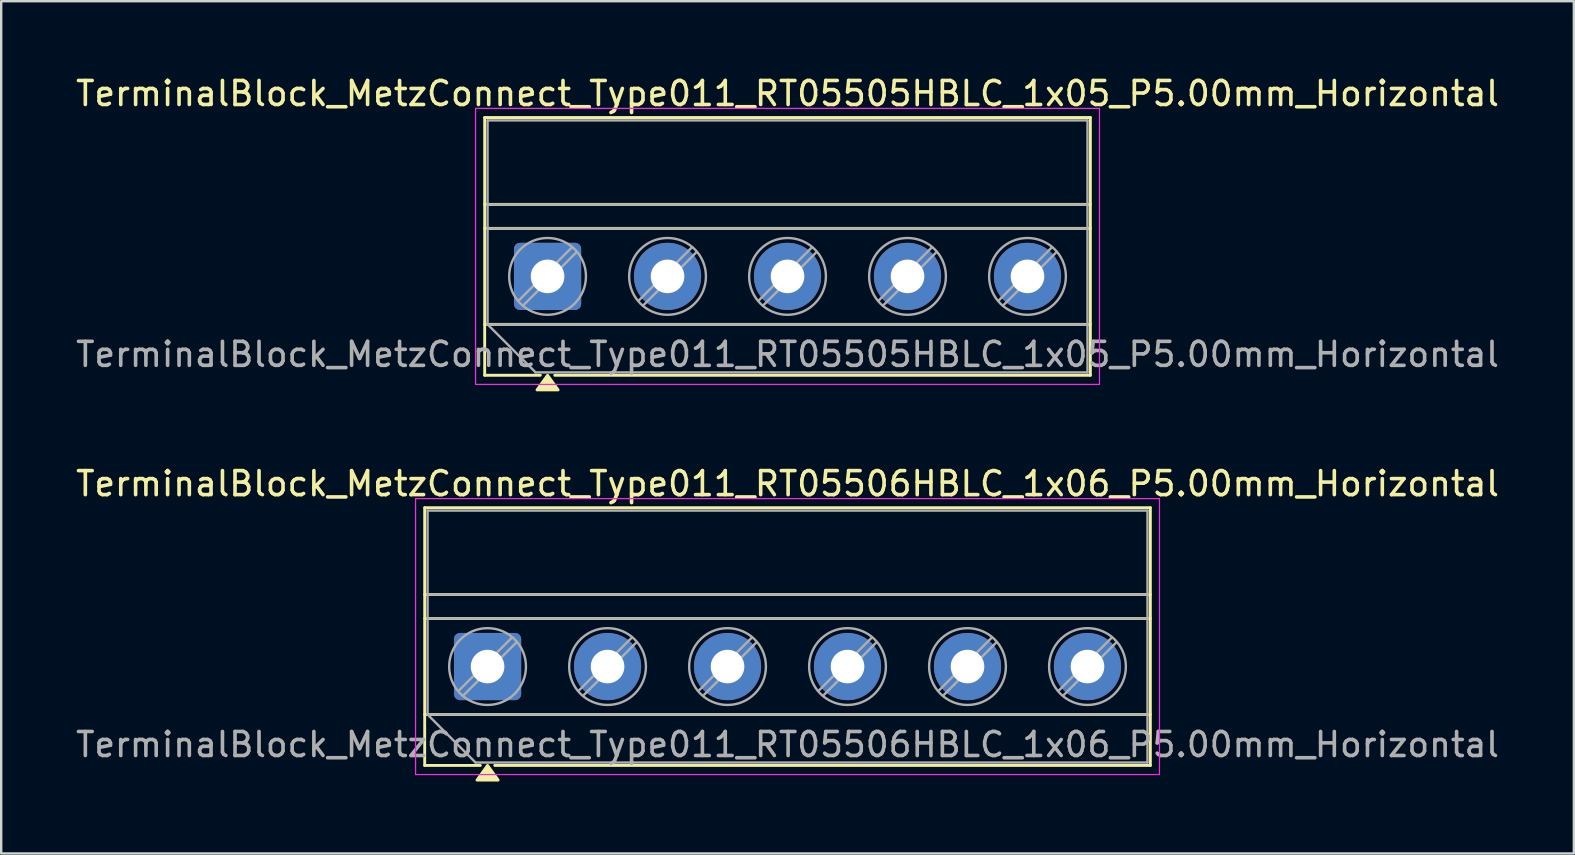
<source format=kicad_pcb>
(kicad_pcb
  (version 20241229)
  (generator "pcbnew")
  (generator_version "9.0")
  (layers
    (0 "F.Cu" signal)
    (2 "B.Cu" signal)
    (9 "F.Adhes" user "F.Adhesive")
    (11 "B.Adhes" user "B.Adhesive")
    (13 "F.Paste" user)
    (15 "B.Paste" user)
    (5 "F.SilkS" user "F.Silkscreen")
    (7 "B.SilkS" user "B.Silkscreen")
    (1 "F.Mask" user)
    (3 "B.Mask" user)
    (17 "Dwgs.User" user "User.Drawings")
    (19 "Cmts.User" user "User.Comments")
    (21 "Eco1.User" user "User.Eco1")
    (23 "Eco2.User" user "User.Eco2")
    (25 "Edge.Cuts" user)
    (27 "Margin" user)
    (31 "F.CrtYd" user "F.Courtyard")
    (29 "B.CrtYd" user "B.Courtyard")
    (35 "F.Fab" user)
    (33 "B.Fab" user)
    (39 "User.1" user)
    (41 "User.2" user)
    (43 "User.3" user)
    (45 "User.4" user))
  (footprint "TerminalBlock_MetzConnect_Type011_RT05506HBLC_1x06_P5.00mm_Horizontal"
    (layer "F.Cu")
    (at 17.268 24.727)
    (property "Reference" "TerminalBlock_MetzConnect_Type011_RT05506HBLC_1x06_P5.00mm_Horizontal" (at 12.5 -7.62 0) (layer "F.SilkS") (effects (font (size 1 1) (thickness 0.15))))
    (attr through_hole)
    (fp_line (start -2.62 -6.62) (end -2.62 4.12) (stroke (width 0.12) (type solid)) (layer "F.SilkS"))
    (fp_line (start -2.62 -6.62) (end 27.62 -6.62) (stroke (width 0.12) (type solid)) (layer "F.SilkS"))
    (fp_line (start -2.62 -3) (end 27.62 -3) (stroke (width 0.12) (type solid)) (layer "F.SilkS"))
    (fp_line (start -2.62 -2) (end 27.62 -2) (stroke (width 0.12) (type solid)) (layer "F.SilkS"))
    (fp_line (start -2.62 2) (end 27.62 2) (stroke (width 0.12) (type solid)) (layer "F.SilkS"))
    (fp_line (start -2.62 4.12) (end -0.3 4.12) (stroke (width 0.12) (type solid)) (layer "F.SilkS"))
    (fp_line (start 0.3 4.12) (end 27.62 4.12) (stroke (width 0.12) (type solid)) (layer "F.SilkS"))
    (fp_line (start 27.62 -6.62) (end 27.62 4.12) (stroke (width 0.12) (type solid)) (layer "F.SilkS"))
    (fp_poly (pts (xy 0 4.12) (xy 0.44 4.73) (xy -0.44 4.73)) (stroke (width 0.12) (type solid)) (fill yes) (layer "F.SilkS"))
    (fp_line (start -3 -7) (end -3 4.5) (stroke (width 0.05) (type solid)) (layer "F.CrtYd"))
    (fp_line (start -3 4.5) (end 28 4.5) (stroke (width 0.05) (type solid)) (layer "F.CrtYd"))
    (fp_line (start 28 -7) (end -3 -7) (stroke (width 0.05) (type solid)) (layer "F.CrtYd"))
    (fp_line (start 28 4.5) (end 28 -7) (stroke (width 0.05) (type solid)) (layer "F.CrtYd"))
    (fp_line (start -2.5 -6.5) (end 27.5 -6.5) (stroke (width 0.1) (type solid)) (layer "F.Fab"))
    (fp_line (start -2.5 -3) (end 27.5 -3) (stroke (width 0.1) (type solid)) (layer "F.Fab"))
    (fp_line (start -2.5 -2) (end 27.5 -2) (stroke (width 0.1) (type solid)) (layer "F.Fab"))
    (fp_line (start -2.5 2) (end -2.5 -6.5) (stroke (width 0.1) (type solid)) (layer "F.Fab"))
    (fp_line (start -2.5 2) (end 27.5 2) (stroke (width 0.1) (type solid)) (layer "F.Fab"))
    (fp_line (start -0.5 4) (end -2.5 2) (stroke (width 0.1) (type solid)) (layer "F.Fab"))
    (fp_line (start 1.018 -1.213) (end -1.214 1.018) (stroke (width 0.1) (type solid)) (layer "F.Fab"))
    (fp_line (start 1.213 -1.018) (end -1.018 1.213) (stroke (width 0.1) (type solid)) (layer "F.Fab"))
    (fp_line (start 6.018 -1.213) (end 3.786 1.018) (stroke (width 0.1) (type solid)) (layer "F.Fab"))
    (fp_line (start 6.213 -1.018) (end 3.982 1.213) (stroke (width 0.1) (type solid)) (layer "F.Fab"))
    (fp_line (start 11.018 -1.213) (end 8.786 1.018) (stroke (width 0.1) (type solid)) (layer "F.Fab"))
    (fp_line (start 11.213 -1.018) (end 8.982 1.213) (stroke (width 0.1) (type solid)) (layer "F.Fab"))
    (fp_line (start 16.018 -1.213) (end 13.786 1.018) (stroke (width 0.1) (type solid)) (layer "F.Fab"))
    (fp_line (start 16.213 -1.018) (end 13.982 1.213) (stroke (width 0.1) (type solid)) (layer "F.Fab"))
    (fp_line (start 21.018 -1.213) (end 18.786 1.018) (stroke (width 0.1) (type solid)) (layer "F.Fab"))
    (fp_line (start 21.213 -1.018) (end 18.982 1.213) (stroke (width 0.1) (type solid)) (layer "F.Fab"))
    (fp_line (start 26.018 -1.213) (end 23.786 1.018) (stroke (width 0.1) (type solid)) (layer "F.Fab"))
    (fp_line (start 26.213 -1.018) (end 23.982 1.213) (stroke (width 0.1) (type solid)) (layer "F.Fab"))
    (fp_line (start 27.5 -6.5) (end 27.5 4) (stroke (width 0.1) (type solid)) (layer "F.Fab"))
    (fp_line (start 27.5 4) (end -0.5 4) (stroke (width 0.1) (type solid)) (layer "F.Fab"))
    (fp_circle (center 0 0) (end 1.6 0) (stroke (width 0.1) (type solid)) (fill no) (layer "F.Fab"))
    (fp_circle (center 5 0) (end 6.6 0) (stroke (width 0.1) (type solid)) (fill no) (layer "F.Fab"))
    (fp_circle (center 10 0) (end 11.6 0) (stroke (width 0.1) (type solid)) (fill no) (layer "F.Fab"))
    (fp_circle (center 15 0) (end 16.6 0) (stroke (width 0.1) (type solid)) (fill no) (layer "F.Fab"))
    (fp_circle (center 20 0) (end 21.6 0) (stroke (width 0.1) (type solid)) (fill no) (layer "F.Fab"))
    (fp_circle (center 25 0) (end 26.6 0) (stroke (width 0.1) (type solid)) (fill no) (layer "F.Fab"))
    (fp_text user "${REFERENCE}" (at 12.5 3.25 0) (layer "F.Fab") (effects (font (size 1 1) (thickness 0.15))))
    (pad "1" thru_hole roundrect (at 0 0) (size 2.8 2.8) (drill 1.4) (layers "*.Cu" "*.Mask") (roundrect_rratio 0.089))
    (pad "2" thru_hole circle (at 5 0) (size 2.8 2.8) (drill 1.4) (layers "*.Cu" "*.Mask"))
    (pad "3" thru_hole circle (at 10 0) (size 2.8 2.8) (drill 1.4) (layers "*.Cu" "*.Mask"))
    (pad "4" thru_hole circle (at 15 0) (size 2.8 2.8) (drill 1.4) (layers "*.Cu" "*.Mask"))
    (pad "5" thru_hole circle (at 20 0) (size 2.8 2.8) (drill 1.4) (layers "*.Cu" "*.Mask"))
    (pad "6" thru_hole circle (at 25 0) (size 2.8 2.8) (drill 1.4) (layers "*.Cu" "*.Mask")))
  (footprint "TerminalBlock_MetzConnect_Type011_RT05505HBLC_1x05_P5.00mm_Horizontal"
    (layer "F.Cu")
    (at 19.768 8.468)
    (property "Reference" "TerminalBlock_MetzConnect_Type011_RT05505HBLC_1x05_P5.00mm_Horizontal" (at 10 -7.62 0) (layer "F.SilkS") (effects (font (size 1 1) (thickness 0.15))))
    (attr through_hole)
    (fp_line (start -2.62 -6.62) (end -2.62 4.12) (stroke (width 0.12) (type solid)) (layer "F.SilkS"))
    (fp_line (start -2.62 -6.62) (end 22.62 -6.62) (stroke (width 0.12) (type solid)) (layer "F.SilkS"))
    (fp_line (start -2.62 -3) (end 22.62 -3) (stroke (width 0.12) (type solid)) (layer "F.SilkS"))
    (fp_line (start -2.62 -2) (end 22.62 -2) (stroke (width 0.12) (type solid)) (layer "F.SilkS"))
    (fp_line (start -2.62 2) (end 22.62 2) (stroke (width 0.12) (type solid)) (layer "F.SilkS"))
    (fp_line (start -2.62 4.12) (end -0.3 4.12) (stroke (width 0.12) (type solid)) (layer "F.SilkS"))
    (fp_line (start 0.3 4.12) (end 22.62 4.12) (stroke (width 0.12) (type solid)) (layer "F.SilkS"))
    (fp_line (start 22.62 -6.62) (end 22.62 4.12) (stroke (width 0.12) (type solid)) (layer "F.SilkS"))
    (fp_poly (pts (xy 0 4.12) (xy 0.44 4.73) (xy -0.44 4.73)) (stroke (width 0.12) (type solid)) (fill yes) (layer "F.SilkS"))
    (fp_line (start -3 -7) (end -3 4.5) (stroke (width 0.05) (type solid)) (layer "F.CrtYd"))
    (fp_line (start -3 4.5) (end 23 4.5) (stroke (width 0.05) (type solid)) (layer "F.CrtYd"))
    (fp_line (start 23 -7) (end -3 -7) (stroke (width 0.05) (type solid)) (layer "F.CrtYd"))
    (fp_line (start 23 4.5) (end 23 -7) (stroke (width 0.05) (type solid)) (layer "F.CrtYd"))
    (fp_line (start -2.5 -6.5) (end 22.5 -6.5) (stroke (width 0.1) (type solid)) (layer "F.Fab"))
    (fp_line (start -2.5 -3) (end 22.5 -3) (stroke (width 0.1) (type solid)) (layer "F.Fab"))
    (fp_line (start -2.5 -2) (end 22.5 -2) (stroke (width 0.1) (type solid)) (layer "F.Fab"))
    (fp_line (start -2.5 2) (end -2.5 -6.5) (stroke (width 0.1) (type solid)) (layer "F.Fab"))
    (fp_line (start -2.5 2) (end 22.5 2) (stroke (width 0.1) (type solid)) (layer "F.Fab"))
    (fp_line (start -0.5 4) (end -2.5 2) (stroke (width 0.1) (type solid)) (layer "F.Fab"))
    (fp_line (start 1.018 -1.213) (end -1.214 1.018) (stroke (width 0.1) (type solid)) (layer "F.Fab"))
    (fp_line (start 1.213 -1.018) (end -1.018 1.213) (stroke (width 0.1) (type solid)) (layer "F.Fab"))
    (fp_line (start 6.018 -1.213) (end 3.786 1.018) (stroke (width 0.1) (type solid)) (layer "F.Fab"))
    (fp_line (start 6.213 -1.018) (end 3.982 1.213) (stroke (width 0.1) (type solid)) (layer "F.Fab"))
    (fp_line (start 11.018 -1.213) (end 8.786 1.018) (stroke (width 0.1) (type solid)) (layer "F.Fab"))
    (fp_line (start 11.213 -1.018) (end 8.982 1.213) (stroke (width 0.1) (type solid)) (layer "F.Fab"))
    (fp_line (start 16.018 -1.213) (end 13.786 1.018) (stroke (width 0.1) (type solid)) (layer "F.Fab"))
    (fp_line (start 16.213 -1.018) (end 13.982 1.213) (stroke (width 0.1) (type solid)) (layer "F.Fab"))
    (fp_line (start 21.018 -1.213) (end 18.786 1.018) (stroke (width 0.1) (type solid)) (layer "F.Fab"))
    (fp_line (start 21.213 -1.018) (end 18.982 1.213) (stroke (width 0.1) (type solid)) (layer "F.Fab"))
    (fp_line (start 22.5 -6.5) (end 22.5 4) (stroke (width 0.1) (type solid)) (layer "F.Fab"))
    (fp_line (start 22.5 4) (end -0.5 4) (stroke (width 0.1) (type solid)) (layer "F.Fab"))
    (fp_circle (center 0 0) (end 1.6 0) (stroke (width 0.1) (type solid)) (fill no) (layer "F.Fab"))
    (fp_circle (center 5 0) (end 6.6 0) (stroke (width 0.1) (type solid)) (fill no) (layer "F.Fab"))
    (fp_circle (center 10 0) (end 11.6 0) (stroke (width 0.1) (type solid)) (fill no) (layer "F.Fab"))
    (fp_circle (center 15 0) (end 16.6 0) (stroke (width 0.1) (type solid)) (fill no) (layer "F.Fab"))
    (fp_circle (center 20 0) (end 21.6 0) (stroke (width 0.1) (type solid)) (fill no) (layer "F.Fab"))
    (fp_text user "${REFERENCE}" (at 10 3.25 0) (layer "F.Fab") (effects (font (size 1 1) (thickness 0.15))))
    (pad "1" thru_hole roundrect (at 0 0) (size 2.8 2.8) (drill 1.4) (layers "*.Cu" "*.Mask") (roundrect_rratio 0.089))
    (pad "2" thru_hole circle (at 5 0) (size 2.8 2.8) (drill 1.4) (layers "*.Cu" "*.Mask"))
    (pad "3" thru_hole circle (at 10 0) (size 2.8 2.8) (drill 1.4) (layers "*.Cu" "*.Mask"))
    (pad "4" thru_hole circle (at 15 0) (size 2.8 2.8) (drill 1.4) (layers "*.Cu" "*.Mask"))
    (pad "5" thru_hole circle (at 20 0) (size 2.8 2.8) (drill 1.4) (layers "*.Cu" "*.Mask")))
  (gr_rect
    (start -3 -3)
    (end 62.536 32.517)
    (stroke (width 0.1) (type default))
    (fill no)
    (layer "Edge.Cuts")))
</source>
